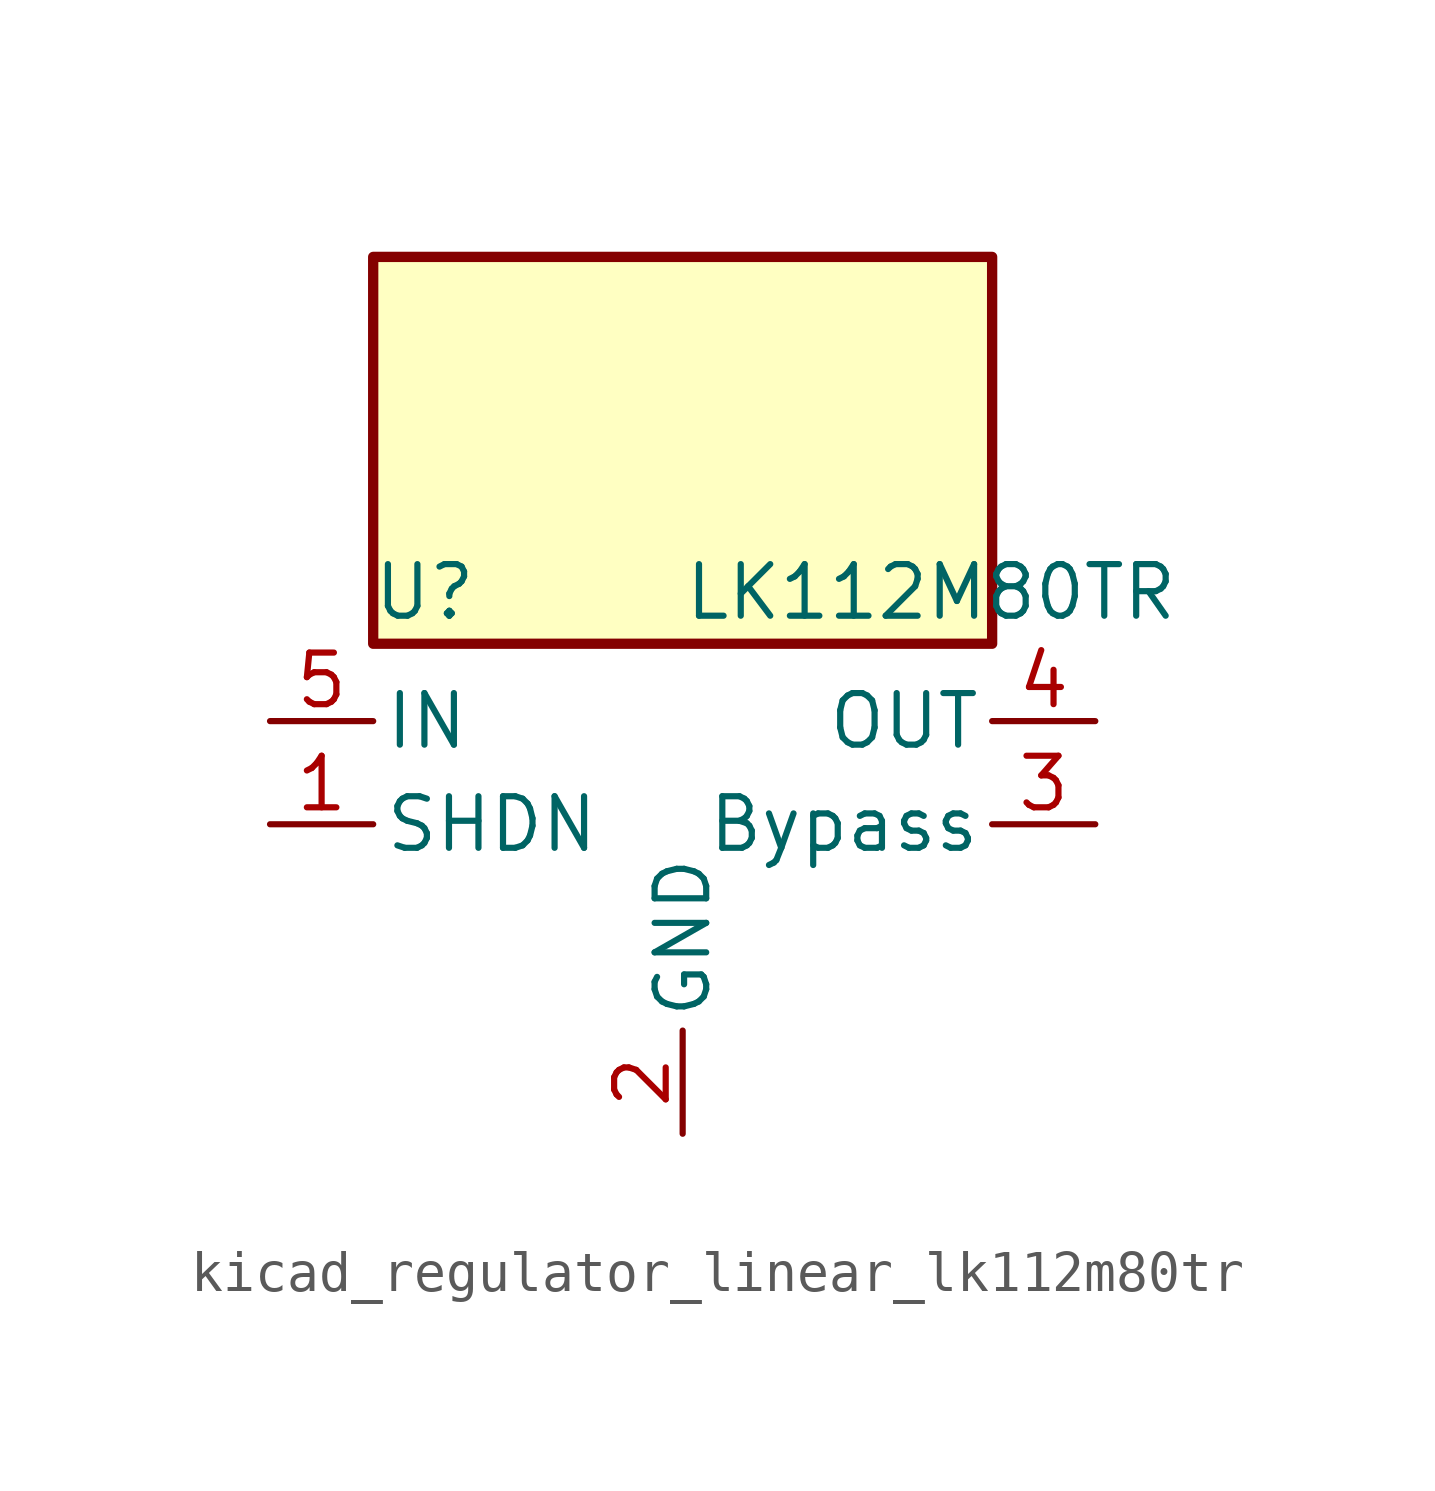
<source format=kicad_sym>
(kicad_symbol_lib
  (version 20220914)
  (generator kicad_symbol_editor)
  (symbol "kicad_regulator_linear_lk112m80tr"
    (pin_names
      (offset 0.254))
    (property "Reference" "U"
      (at -6.35 5.715 0)
      (effects (font (size 1.27 1.27))))
    (property "Value" "LK112M80TR"
      (at 0 5.715 0)
      (effects (font (size 1.27 1.27)) (justify left)))
    (symbol "kicad_regulator_linear_lk112m80tr_0_1"
      (rectangle (start 7.62 13.97) (end -7.62 4.445) (stroke (width 0.254) (type default)) (fill (type background))))
    (symbol "kicad_regulator_linear_lk112m80tr_1_1"
      (pin input line (at -10.16 0 0) (length 2.54) (name "SHDN" (effects (font (size 1.27 1.27)))) (number "1" (effects (font (size 1.27 1.27)))))
      (pin power_in line (at 0 -7.62 90) (length 2.54) (name "GND" (effects (font (size 1.27 1.27)))) (number "2" (effects (font (size 1.27 1.27)))))
      (pin passive line (at 10.16 0 180) (length 2.54) (name "Bypass" (effects (font (size 1.27 1.27)))) (number "3" (effects (font (size 1.27 1.27)))))
      (pin power_out line (at 10.16 2.54 180) (length 2.54) (name "OUT" (effects (font (size 1.27 1.27)))) (number "4" (effects (font (size 1.27 1.27)))))
      (pin power_in line (at -10.16 2.54 0) (length 2.54) (name "IN" (effects (font (size 1.27 1.27)))) (number "5" (effects (font (size 1.27 1.27))))))))
</source>
